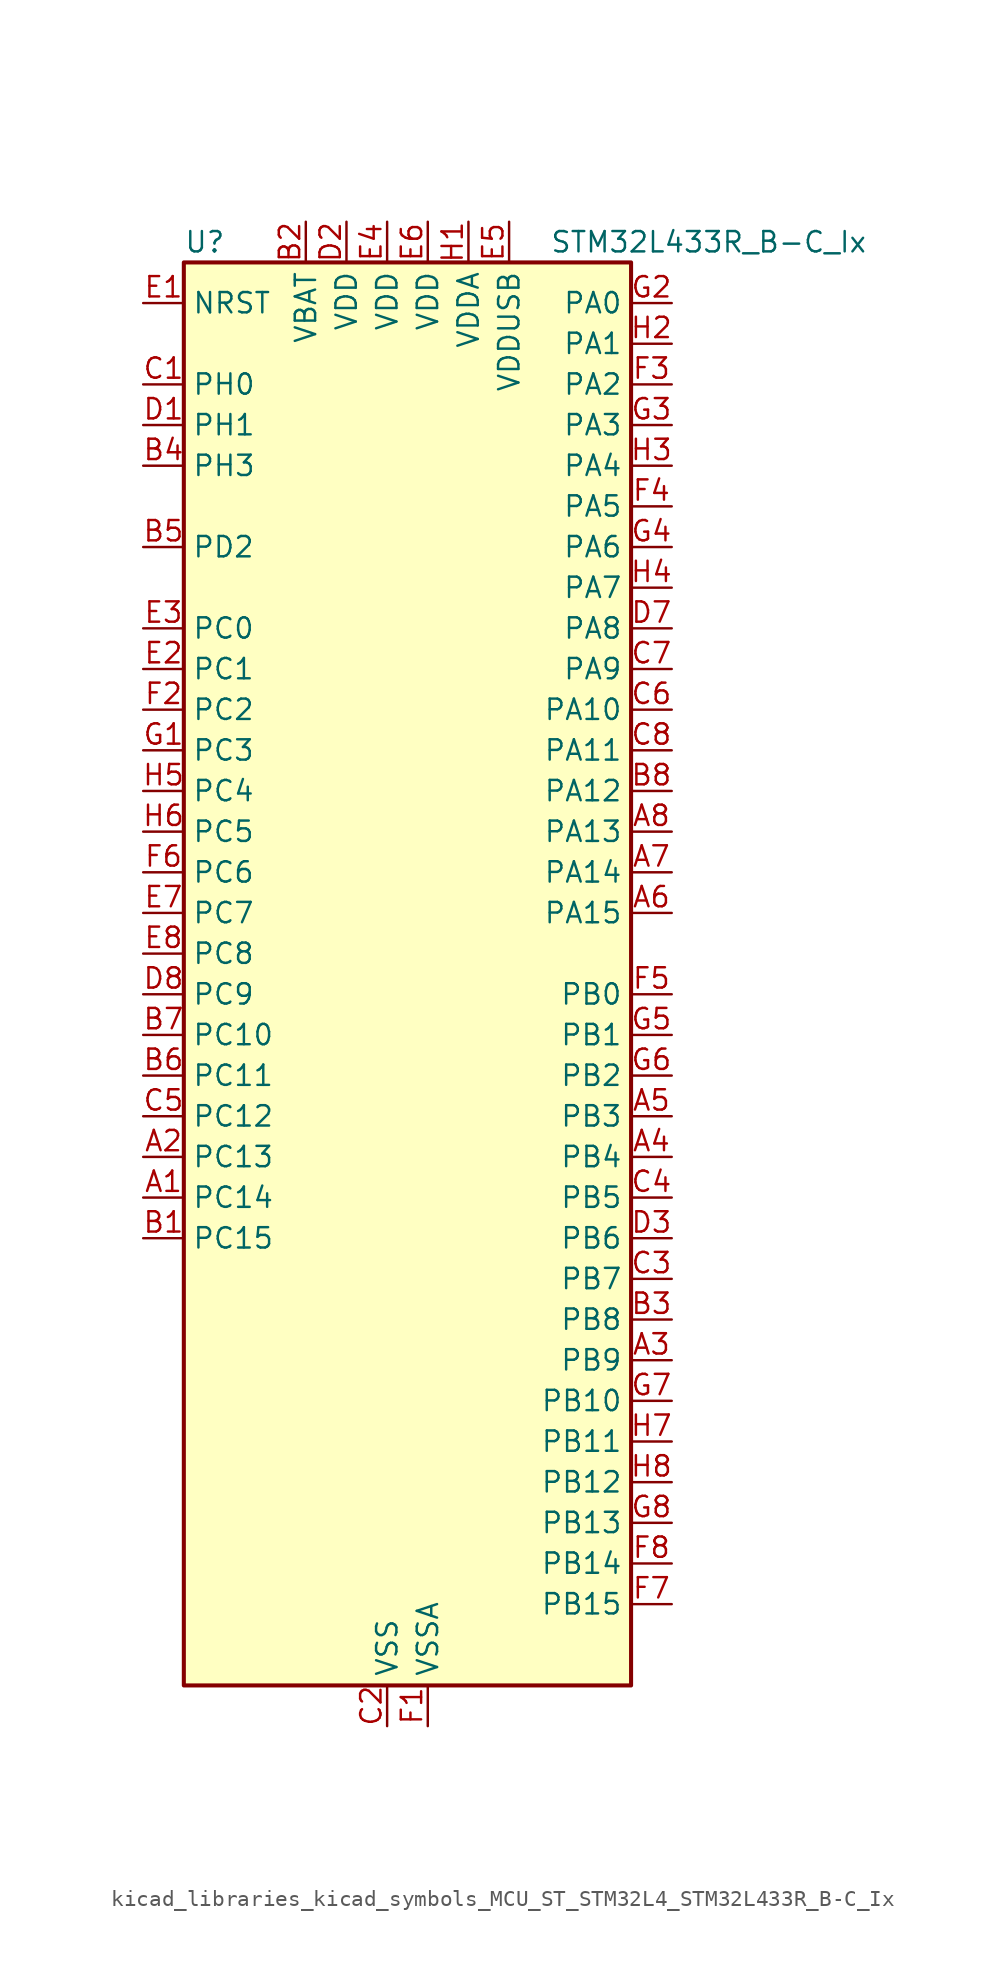
<source format=kicad_sym>
(kicad_symbol_lib
  (version 20220914)
  (generator kicad_symbol_editor)
  (symbol "kicad_libraries_kicad_symbols_MCU_ST_STM32L4_STM32L433R_B-C_Ix"
    (property "Reference" "U"
      (at -12.7 46.99 0)
      (effects (font (size 1.27 1.27)) (justify left)))
    (property "Value" "STM32L433R_B-C_Ix"
      (at 10.16 46.99 0)
      (effects (font (size 1.27 1.27)) (justify left)))
    (property "ki_locked" ""
      (at 0 0 0)
      (effects (font (size 1.27 1.27))))
    (symbol "kicad_libraries_kicad_symbols_MCU_ST_STM32L4_STM32L433R_B-C_Ix_0_1"
      (rectangle (start -12.7 -43.18) (end 15.24 45.72) (stroke (width 0.254) (type default)) (fill (type background))))
    (symbol "kicad_libraries_kicad_symbols_MCU_ST_STM32L4_STM32L433R_B-C_Ix_1_1"
      (pin bidirectional line (at -15.24 -12.7 0) (length 2.54) (name "PC14" (effects (font (size 1.27 1.27)))) (number "A1" (effects (font (size 1.27 1.27)))) (alternate "RCC_OSC32_IN" bidirectional line))
      (pin bidirectional line (at -15.24 -10.16 0) (length 2.54) (name "PC13" (effects (font (size 1.27 1.27)))) (number "A2" (effects (font (size 1.27 1.27)))) (alternate "RTC_OUT_ALARM" bidirectional line) (alternate "RTC_OUT_CALIB" bidirectional line) (alternate "RTC_TAMP1" bidirectional line) (alternate "RTC_TS" bidirectional line) (alternate "SYS_WKUP2" bidirectional line))
      (pin bidirectional line (at 17.78 -22.86 180) (length 2.54) (name "PB9" (effects (font (size 1.27 1.27)))) (number "A3" (effects (font (size 1.27 1.27)))) (alternate "CAN1_TX" bidirectional line) (alternate "DAC1_EXTI9" bidirectional line) (alternate "I2C1_SDA" bidirectional line) (alternate "IR_OUT" bidirectional line) (alternate "LCD_COM3" bidirectional line) (alternate "SAI1_FS_A" bidirectional line) (alternate "SDMMC1_D5" bidirectional line) (alternate "SPI2_NSS" bidirectional line))
      (pin bidirectional line (at 17.78 -10.16 180) (length 2.54) (name "PB4" (effects (font (size 1.27 1.27)))) (number "A4" (effects (font (size 1.27 1.27)))) (alternate "COMP2_INP" bidirectional line) (alternate "I2C3_SDA" bidirectional line) (alternate "LCD_SEG8" bidirectional line) (alternate "SAI1_MCLK_B" bidirectional line) (alternate "SPI1_MISO" bidirectional line) (alternate "SPI3_MISO" bidirectional line) (alternate "SYS_JTRST" bidirectional line) (alternate "TSC_G2_IO1" bidirectional line) (alternate "USART1_CTS" bidirectional line))
      (pin bidirectional line (at 17.78 -7.62 180) (length 2.54) (name "PB3" (effects (font (size 1.27 1.27)))) (number "A5" (effects (font (size 1.27 1.27)))) (alternate "COMP2_INM" bidirectional line) (alternate "LCD_SEG7" bidirectional line) (alternate "SAI1_SCK_B" bidirectional line) (alternate "SPI1_SCK" bidirectional line) (alternate "SPI3_SCK" bidirectional line) (alternate "SYS_JTDO-SWO" bidirectional line) (alternate "TIM2_CH2" bidirectional line) (alternate "USART1_DE" bidirectional line) (alternate "USART1_RTS" bidirectional line))
      (pin bidirectional line (at 17.78 5.08 180) (length 2.54) (name "PA15" (effects (font (size 1.27 1.27)))) (number "A6" (effects (font (size 1.27 1.27)))) (alternate "ADC1_EXTI15" bidirectional line) (alternate "LCD_SEG17" bidirectional line) (alternate "SPI1_NSS" bidirectional line) (alternate "SPI3_NSS" bidirectional line) (alternate "SWPMI1_SUSPEND" bidirectional line) (alternate "SYS_JTDI" bidirectional line) (alternate "TIM2_CH1" bidirectional line) (alternate "TIM2_ETR" bidirectional line) (alternate "TSC_G3_IO1" bidirectional line) (alternate "USART2_RX" bidirectional line) (alternate "USART3_DE" bidirectional line) (alternate "USART3_RTS" bidirectional line))
      (pin bidirectional line (at 17.78 7.62 180) (length 2.54) (name "PA14" (effects (font (size 1.27 1.27)))) (number "A7" (effects (font (size 1.27 1.27)))) (alternate "I2C1_SMBA" bidirectional line) (alternate "LPTIM1_OUT" bidirectional line) (alternate "SAI1_FS_B" bidirectional line) (alternate "SWPMI1_RX" bidirectional line) (alternate "SYS_JTCK-SWCLK" bidirectional line))
      (pin bidirectional line (at 17.78 10.16 180) (length 2.54) (name "PA13" (effects (font (size 1.27 1.27)))) (number "A8" (effects (font (size 1.27 1.27)))) (alternate "IR_OUT" bidirectional line) (alternate "SAI1_SD_B" bidirectional line) (alternate "SWPMI1_TX" bidirectional line) (alternate "SYS_JTMS-SWDIO" bidirectional line) (alternate "USB_NOE" bidirectional line))
      (pin bidirectional line (at -15.24 -15.24 0) (length 2.54) (name "PC15" (effects (font (size 1.27 1.27)))) (number "B1" (effects (font (size 1.27 1.27)))) (alternate "ADC1_EXTI15" bidirectional line) (alternate "RCC_OSC32_OUT" bidirectional line))
      (pin power_in line (at -5.08 48.26 270) (length 2.54) (name "VBAT" (effects (font (size 1.27 1.27)))) (number "B2" (effects (font (size 1.27 1.27)))))
      (pin bidirectional line (at 17.78 -20.32 180) (length 2.54) (name "PB8" (effects (font (size 1.27 1.27)))) (number "B3" (effects (font (size 1.27 1.27)))) (alternate "CAN1_RX" bidirectional line) (alternate "I2C1_SCL" bidirectional line) (alternate "LCD_SEG16" bidirectional line) (alternate "SAI1_MCLK_A" bidirectional line) (alternate "SDMMC1_D4" bidirectional line) (alternate "TIM16_CH1" bidirectional line))
      (pin bidirectional line (at -15.24 33.02 0) (length 2.54) (name "PH3" (effects (font (size 1.27 1.27)))) (number "B4" (effects (font (size 1.27 1.27)))))
      (pin bidirectional line (at -15.24 27.94 0) (length 2.54) (name "PD2" (effects (font (size 1.27 1.27)))) (number "B5" (effects (font (size 1.27 1.27)))) (alternate "LCD_COM7" bidirectional line) (alternate "LCD_SEG31" bidirectional line) (alternate "LCD_SEG43" bidirectional line) (alternate "SDMMC1_CMD" bidirectional line) (alternate "TSC_SYNC" bidirectional line) (alternate "USART3_DE" bidirectional line) (alternate "USART3_RTS" bidirectional line))
      (pin bidirectional line (at -15.24 -5.08 0) (length 2.54) (name "PC11" (effects (font (size 1.27 1.27)))) (number "B6" (effects (font (size 1.27 1.27)))) (alternate "ADC1_EXTI11" bidirectional line) (alternate "LCD_COM5" bidirectional line) (alternate "LCD_SEG29" bidirectional line) (alternate "LCD_SEG41" bidirectional line) (alternate "SDMMC1_D3" bidirectional line) (alternate "SPI3_MISO" bidirectional line) (alternate "TSC_G3_IO3" bidirectional line) (alternate "USART3_RX" bidirectional line))
      (pin bidirectional line (at -15.24 -2.54 0) (length 2.54) (name "PC10" (effects (font (size 1.27 1.27)))) (number "B7" (effects (font (size 1.27 1.27)))) (alternate "LCD_COM4" bidirectional line) (alternate "LCD_SEG28" bidirectional line) (alternate "LCD_SEG40" bidirectional line) (alternate "SDMMC1_D2" bidirectional line) (alternate "SPI3_SCK" bidirectional line) (alternate "TSC_G3_IO2" bidirectional line) (alternate "USART3_TX" bidirectional line))
      (pin bidirectional line (at 17.78 12.7 180) (length 2.54) (name "PA12" (effects (font (size 1.27 1.27)))) (number "B8" (effects (font (size 1.27 1.27)))) (alternate "CAN1_TX" bidirectional line) (alternate "SPI1_MOSI" bidirectional line) (alternate "TIM1_ETR" bidirectional line) (alternate "USART1_DE" bidirectional line) (alternate "USART1_RTS" bidirectional line) (alternate "USB_DP" bidirectional line))
      (pin bidirectional line (at -15.24 38.1 0) (length 2.54) (name "PH0" (effects (font (size 1.27 1.27)))) (number "C1" (effects (font (size 1.27 1.27)))) (alternate "RCC_OSC_IN" bidirectional line))
      (pin power_in line (at 0 -45.72 90) (length 2.54) (name "VSS" (effects (font (size 1.27 1.27)))) (number "C2" (effects (font (size 1.27 1.27)))))
      (pin bidirectional line (at 17.78 -17.78 180) (length 2.54) (name "PB7" (effects (font (size 1.27 1.27)))) (number "C3" (effects (font (size 1.27 1.27)))) (alternate "COMP2_INM" bidirectional line) (alternate "I2C1_SDA" bidirectional line) (alternate "LCD_SEG21" bidirectional line) (alternate "LPTIM1_IN2" bidirectional line) (alternate "SYS_PVD_IN" bidirectional line) (alternate "TSC_G2_IO4" bidirectional line) (alternate "USART1_RX" bidirectional line))
      (pin bidirectional line (at 17.78 -12.7 180) (length 2.54) (name "PB5" (effects (font (size 1.27 1.27)))) (number "C4" (effects (font (size 1.27 1.27)))) (alternate "COMP2_OUT" bidirectional line) (alternate "I2C1_SMBA" bidirectional line) (alternate "LCD_SEG9" bidirectional line) (alternate "LPTIM1_IN1" bidirectional line) (alternate "SAI1_SD_B" bidirectional line) (alternate "SPI1_MOSI" bidirectional line) (alternate "SPI3_MOSI" bidirectional line) (alternate "TIM16_BKIN" bidirectional line) (alternate "TSC_G2_IO2" bidirectional line) (alternate "USART1_CK" bidirectional line))
      (pin bidirectional line (at -15.24 -7.62 0) (length 2.54) (name "PC12" (effects (font (size 1.27 1.27)))) (number "C5" (effects (font (size 1.27 1.27)))) (alternate "LCD_COM6" bidirectional line) (alternate "LCD_SEG30" bidirectional line) (alternate "LCD_SEG42" bidirectional line) (alternate "SDMMC1_CK" bidirectional line) (alternate "SPI3_MOSI" bidirectional line) (alternate "TSC_G3_IO4" bidirectional line) (alternate "USART3_CK" bidirectional line))
      (pin bidirectional line (at 17.78 17.78 180) (length 2.54) (name "PA10" (effects (font (size 1.27 1.27)))) (number "C6" (effects (font (size 1.27 1.27)))) (alternate "CRS_SYNC" bidirectional line) (alternate "I2C1_SDA" bidirectional line) (alternate "LCD_COM2" bidirectional line) (alternate "SAI1_SD_A" bidirectional line) (alternate "TIM1_CH3" bidirectional line) (alternate "USART1_RX" bidirectional line))
      (pin bidirectional line (at 17.78 20.32 180) (length 2.54) (name "PA9" (effects (font (size 1.27 1.27)))) (number "C7" (effects (font (size 1.27 1.27)))) (alternate "DAC1_EXTI9" bidirectional line) (alternate "I2C1_SCL" bidirectional line) (alternate "LCD_COM1" bidirectional line) (alternate "SAI1_FS_A" bidirectional line) (alternate "TIM15_BKIN" bidirectional line) (alternate "TIM1_CH2" bidirectional line) (alternate "USART1_TX" bidirectional line))
      (pin bidirectional line (at 17.78 15.24 180) (length 2.54) (name "PA11" (effects (font (size 1.27 1.27)))) (number "C8" (effects (font (size 1.27 1.27)))) (alternate "ADC1_EXTI11" bidirectional line) (alternate "CAN1_RX" bidirectional line) (alternate "COMP1_OUT" bidirectional line) (alternate "SPI1_MISO" bidirectional line) (alternate "TIM1_BKIN2" bidirectional line) (alternate "TIM1_BKIN2_COMP1" bidirectional line) (alternate "TIM1_CH4" bidirectional line) (alternate "USART1_CTS" bidirectional line) (alternate "USB_DM" bidirectional line))
      (pin bidirectional line (at -15.24 35.56 0) (length 2.54) (name "PH1" (effects (font (size 1.27 1.27)))) (number "D1" (effects (font (size 1.27 1.27)))) (alternate "RCC_OSC_OUT" bidirectional line))
      (pin power_in line (at -2.54 48.26 270) (length 2.54) (name "VDD" (effects (font (size 1.27 1.27)))) (number "D2" (effects (font (size 1.27 1.27)))))
      (pin bidirectional line (at 17.78 -15.24 180) (length 2.54) (name "PB6" (effects (font (size 1.27 1.27)))) (number "D3" (effects (font (size 1.27 1.27)))) (alternate "COMP2_INP" bidirectional line) (alternate "I2C1_SCL" bidirectional line) (alternate "LPTIM1_ETR" bidirectional line) (alternate "SAI1_FS_B" bidirectional line) (alternate "TIM16_CH1N" bidirectional line) (alternate "TSC_G2_IO3" bidirectional line) (alternate "USART1_TX" bidirectional line))
      (pin passive line (at 0 -45.72 90) (length 2.54) hide (name "VSS" (effects (font (size 1.27 1.27)))) (number "D4" (effects (font (size 1.27 1.27)))))
      (pin passive line (at 0 -45.72 90) (length 2.54) hide (name "VSS" (effects (font (size 1.27 1.27)))) (number "D5" (effects (font (size 1.27 1.27)))))
      (pin passive line (at 0 -45.72 90) (length 2.54) hide (name "VSS" (effects (font (size 1.27 1.27)))) (number "D6" (effects (font (size 1.27 1.27)))))
      (pin bidirectional line (at 17.78 22.86 180) (length 2.54) (name "PA8" (effects (font (size 1.27 1.27)))) (number "D7" (effects (font (size 1.27 1.27)))) (alternate "LCD_COM0" bidirectional line) (alternate "LPTIM2_OUT" bidirectional line) (alternate "RCC_MCO" bidirectional line) (alternate "SAI1_SCK_A" bidirectional line) (alternate "SWPMI1_IO" bidirectional line) (alternate "TIM1_CH1" bidirectional line) (alternate "USART1_CK" bidirectional line))
      (pin bidirectional line (at -15.24 0 0) (length 2.54) (name "PC9" (effects (font (size 1.27 1.27)))) (number "D8" (effects (font (size 1.27 1.27)))) (alternate "DAC1_EXTI9" bidirectional line) (alternate "LCD_SEG27" bidirectional line) (alternate "SDMMC1_D1" bidirectional line) (alternate "TSC_G4_IO4" bidirectional line) (alternate "USB_NOE" bidirectional line))
      (pin input line (at -15.24 43.18 0) (length 2.54) (name "NRST" (effects (font (size 1.27 1.27)))) (number "E1" (effects (font (size 1.27 1.27)))))
      (pin bidirectional line (at -15.24 20.32 0) (length 2.54) (name "PC1" (effects (font (size 1.27 1.27)))) (number "E2" (effects (font (size 1.27 1.27)))) (alternate "ADC1_IN2" bidirectional line) (alternate "I2C3_SDA" bidirectional line) (alternate "LCD_SEG19" bidirectional line) (alternate "LPTIM1_OUT" bidirectional line) (alternate "LPUART1_TX" bidirectional line))
      (pin bidirectional line (at -15.24 22.86 0) (length 2.54) (name "PC0" (effects (font (size 1.27 1.27)))) (number "E3" (effects (font (size 1.27 1.27)))) (alternate "ADC1_IN1" bidirectional line) (alternate "I2C3_SCL" bidirectional line) (alternate "LCD_SEG18" bidirectional line) (alternate "LPTIM1_IN1" bidirectional line) (alternate "LPTIM2_IN1" bidirectional line) (alternate "LPUART1_RX" bidirectional line))
      (pin power_in line (at 0 48.26 270) (length 2.54) (name "VDD" (effects (font (size 1.27 1.27)))) (number "E4" (effects (font (size 1.27 1.27)))))
      (pin power_in line (at 7.62 48.26 270) (length 2.54) (name "VDDUSB" (effects (font (size 1.27 1.27)))) (number "E5" (effects (font (size 1.27 1.27)))))
      (pin power_in line (at 2.54 48.26 270) (length 2.54) (name "VDD" (effects (font (size 1.27 1.27)))) (number "E6" (effects (font (size 1.27 1.27)))))
      (pin bidirectional line (at -15.24 5.08 0) (length 2.54) (name "PC7" (effects (font (size 1.27 1.27)))) (number "E7" (effects (font (size 1.27 1.27)))) (alternate "LCD_SEG25" bidirectional line) (alternate "SDMMC1_D7" bidirectional line) (alternate "TSC_G4_IO2" bidirectional line))
      (pin bidirectional line (at -15.24 2.54 0) (length 2.54) (name "PC8" (effects (font (size 1.27 1.27)))) (number "E8" (effects (font (size 1.27 1.27)))) (alternate "LCD_SEG26" bidirectional line) (alternate "SDMMC1_D0" bidirectional line) (alternate "TSC_G4_IO3" bidirectional line))
      (pin power_in line (at 2.54 -45.72 90) (length 2.54) (name "VSSA" (effects (font (size 1.27 1.27)))) (number "F1" (effects (font (size 1.27 1.27)))))
      (pin bidirectional line (at -15.24 17.78 0) (length 2.54) (name "PC2" (effects (font (size 1.27 1.27)))) (number "F2" (effects (font (size 1.27 1.27)))) (alternate "ADC1_IN3" bidirectional line) (alternate "LCD_SEG20" bidirectional line) (alternate "LPTIM1_IN2" bidirectional line) (alternate "SPI2_MISO" bidirectional line))
      (pin bidirectional line (at 17.78 38.1 180) (length 2.54) (name "PA2" (effects (font (size 1.27 1.27)))) (number "F3" (effects (font (size 1.27 1.27)))) (alternate "ADC1_IN7" bidirectional line) (alternate "COMP2_INM" bidirectional line) (alternate "COMP2_OUT" bidirectional line) (alternate "LCD_SEG1" bidirectional line) (alternate "LPUART1_TX" bidirectional line) (alternate "QUADSPI_BK1_NCS" bidirectional line) (alternate "RCC_LSCO" bidirectional line) (alternate "SYS_WKUP4" bidirectional line) (alternate "TIM15_CH1" bidirectional line) (alternate "TIM2_CH3" bidirectional line) (alternate "USART2_TX" bidirectional line))
      (pin bidirectional line (at 17.78 30.48 180) (length 2.54) (name "PA5" (effects (font (size 1.27 1.27)))) (number "F4" (effects (font (size 1.27 1.27)))) (alternate "ADC1_IN10" bidirectional line) (alternate "COMP1_INM" bidirectional line) (alternate "COMP2_INM" bidirectional line) (alternate "DAC1_OUT2" bidirectional line) (alternate "LPTIM2_ETR" bidirectional line) (alternate "SPI1_SCK" bidirectional line) (alternate "TIM2_CH1" bidirectional line) (alternate "TIM2_ETR" bidirectional line))
      (pin bidirectional line (at 17.78 0 180) (length 2.54) (name "PB0" (effects (font (size 1.27 1.27)))) (number "F5" (effects (font (size 1.27 1.27)))) (alternate "ADC1_IN15" bidirectional line) (alternate "COMP1_OUT" bidirectional line) (alternate "LCD_SEG5" bidirectional line) (alternate "QUADSPI_BK1_IO1" bidirectional line) (alternate "SAI1_EXTCLK" bidirectional line) (alternate "SPI1_NSS" bidirectional line) (alternate "TIM1_CH2N" bidirectional line) (alternate "USART3_CK" bidirectional line))
      (pin bidirectional line (at -15.24 7.62 0) (length 2.54) (name "PC6" (effects (font (size 1.27 1.27)))) (number "F6" (effects (font (size 1.27 1.27)))) (alternate "LCD_SEG24" bidirectional line) (alternate "SDMMC1_D6" bidirectional line) (alternate "TSC_G4_IO1" bidirectional line))
      (pin bidirectional line (at 17.78 -38.1 180) (length 2.54) (name "PB15" (effects (font (size 1.27 1.27)))) (number "F7" (effects (font (size 1.27 1.27)))) (alternate "ADC1_EXTI15" bidirectional line) (alternate "LCD_SEG15" bidirectional line) (alternate "RTC_REFIN" bidirectional line) (alternate "SAI1_SD_A" bidirectional line) (alternate "SPI2_MOSI" bidirectional line) (alternate "SWPMI1_SUSPEND" bidirectional line) (alternate "TIM15_CH2" bidirectional line) (alternate "TIM1_CH3N" bidirectional line) (alternate "TSC_G1_IO4" bidirectional line))
      (pin bidirectional line (at 17.78 -35.56 180) (length 2.54) (name "PB14" (effects (font (size 1.27 1.27)))) (number "F8" (effects (font (size 1.27 1.27)))) (alternate "I2C2_SDA" bidirectional line) (alternate "LCD_SEG14" bidirectional line) (alternate "SAI1_MCLK_A" bidirectional line) (alternate "SPI2_MISO" bidirectional line) (alternate "SWPMI1_RX" bidirectional line) (alternate "TIM15_CH1" bidirectional line) (alternate "TIM1_CH2N" bidirectional line) (alternate "TSC_G1_IO3" bidirectional line) (alternate "USART3_DE" bidirectional line) (alternate "USART3_RTS" bidirectional line))
      (pin bidirectional line (at -15.24 15.24 0) (length 2.54) (name "PC3" (effects (font (size 1.27 1.27)))) (number "G1" (effects (font (size 1.27 1.27)))) (alternate "ADC1_IN4" bidirectional line) (alternate "LCD_VLCD" bidirectional line) (alternate "LPTIM1_ETR" bidirectional line) (alternate "LPTIM2_ETR" bidirectional line) (alternate "SAI1_SD_A" bidirectional line) (alternate "SPI2_MOSI" bidirectional line))
      (pin bidirectional line (at 17.78 43.18 180) (length 2.54) (name "PA0" (effects (font (size 1.27 1.27)))) (number "G2" (effects (font (size 1.27 1.27)))) (alternate "ADC1_IN5" bidirectional line) (alternate "COMP1_INM" bidirectional line) (alternate "COMP1_OUT" bidirectional line) (alternate "OPAMP1_VINP" bidirectional line) (alternate "RTC_TAMP2" bidirectional line) (alternate "SAI1_EXTCLK" bidirectional line) (alternate "SYS_WKUP1" bidirectional line) (alternate "TIM2_CH1" bidirectional line) (alternate "TIM2_ETR" bidirectional line) (alternate "USART2_CTS" bidirectional line))
      (pin bidirectional line (at 17.78 35.56 180) (length 2.54) (name "PA3" (effects (font (size 1.27 1.27)))) (number "G3" (effects (font (size 1.27 1.27)))) (alternate "ADC1_IN8" bidirectional line) (alternate "COMP2_INP" bidirectional line) (alternate "LCD_SEG2" bidirectional line) (alternate "LPUART1_RX" bidirectional line) (alternate "OPAMP1_VOUT" bidirectional line) (alternate "QUADSPI_CLK" bidirectional line) (alternate "SAI1_MCLK_A" bidirectional line) (alternate "TIM15_CH2" bidirectional line) (alternate "TIM2_CH4" bidirectional line) (alternate "USART2_RX" bidirectional line))
      (pin bidirectional line (at 17.78 27.94 180) (length 2.54) (name "PA6" (effects (font (size 1.27 1.27)))) (number "G4" (effects (font (size 1.27 1.27)))) (alternate "ADC1_IN11" bidirectional line) (alternate "COMP1_OUT" bidirectional line) (alternate "LCD_SEG3" bidirectional line) (alternate "LPUART1_CTS" bidirectional line) (alternate "QUADSPI_BK1_IO3" bidirectional line) (alternate "SPI1_MISO" bidirectional line) (alternate "TIM16_CH1" bidirectional line) (alternate "TIM1_BKIN" bidirectional line) (alternate "TIM1_BKIN_COMP2" bidirectional line) (alternate "USART3_CTS" bidirectional line))
      (pin bidirectional line (at 17.78 -2.54 180) (length 2.54) (name "PB1" (effects (font (size 1.27 1.27)))) (number "G5" (effects (font (size 1.27 1.27)))) (alternate "ADC1_IN16" bidirectional line) (alternate "COMP1_INM" bidirectional line) (alternate "LCD_SEG6" bidirectional line) (alternate "LPTIM2_IN1" bidirectional line) (alternate "LPUART1_DE" bidirectional line) (alternate "LPUART1_RTS" bidirectional line) (alternate "QUADSPI_BK1_IO0" bidirectional line) (alternate "TIM1_CH3N" bidirectional line) (alternate "USART3_DE" bidirectional line) (alternate "USART3_RTS" bidirectional line))
      (pin bidirectional line (at 17.78 -5.08 180) (length 2.54) (name "PB2" (effects (font (size 1.27 1.27)))) (number "G6" (effects (font (size 1.27 1.27)))) (alternate "COMP1_INP" bidirectional line) (alternate "I2C3_SMBA" bidirectional line) (alternate "LCD_VLCD" bidirectional line) (alternate "LPTIM1_OUT" bidirectional line) (alternate "RTC_OUT_ALARM" bidirectional line) (alternate "RTC_OUT_CALIB" bidirectional line))
      (pin bidirectional line (at 17.78 -25.4 180) (length 2.54) (name "PB10" (effects (font (size 1.27 1.27)))) (number "G7" (effects (font (size 1.27 1.27)))) (alternate "COMP1_OUT" bidirectional line) (alternate "I2C2_SCL" bidirectional line) (alternate "LCD_SEG10" bidirectional line) (alternate "LPUART1_RX" bidirectional line) (alternate "QUADSPI_CLK" bidirectional line) (alternate "SAI1_SCK_A" bidirectional line) (alternate "SPI2_SCK" bidirectional line) (alternate "TIM2_CH3" bidirectional line) (alternate "TSC_SYNC" bidirectional line) (alternate "USART3_TX" bidirectional line))
      (pin bidirectional line (at 17.78 -33.02 180) (length 2.54) (name "PB13" (effects (font (size 1.27 1.27)))) (number "G8" (effects (font (size 1.27 1.27)))) (alternate "I2C2_SCL" bidirectional line) (alternate "LCD_SEG13" bidirectional line) (alternate "LPUART1_CTS" bidirectional line) (alternate "SAI1_SCK_A" bidirectional line) (alternate "SPI2_SCK" bidirectional line) (alternate "SWPMI1_TX" bidirectional line) (alternate "TIM15_CH1N" bidirectional line) (alternate "TIM1_CH1N" bidirectional line) (alternate "TSC_G1_IO2" bidirectional line) (alternate "USART3_CTS" bidirectional line))
      (pin power_in line (at 5.08 48.26 270) (length 2.54) (name "VDDA" (effects (font (size 1.27 1.27)))) (number "H1" (effects (font (size 1.27 1.27)))))
      (pin bidirectional line (at 17.78 40.64 180) (length 2.54) (name "PA1" (effects (font (size 1.27 1.27)))) (number "H2" (effects (font (size 1.27 1.27)))) (alternate "ADC1_IN6" bidirectional line) (alternate "COMP1_INP" bidirectional line) (alternate "I2C1_SMBA" bidirectional line) (alternate "LCD_SEG0" bidirectional line) (alternate "OPAMP1_VINM" bidirectional line) (alternate "SPI1_SCK" bidirectional line) (alternate "TIM15_CH1N" bidirectional line) (alternate "TIM2_CH2" bidirectional line) (alternate "USART2_DE" bidirectional line) (alternate "USART2_RTS" bidirectional line))
      (pin bidirectional line (at 17.78 33.02 180) (length 2.54) (name "PA4" (effects (font (size 1.27 1.27)))) (number "H3" (effects (font (size 1.27 1.27)))) (alternate "ADC1_IN9" bidirectional line) (alternate "COMP1_INM" bidirectional line) (alternate "COMP2_INM" bidirectional line) (alternate "DAC1_OUT1" bidirectional line) (alternate "LPTIM2_OUT" bidirectional line) (alternate "SAI1_FS_B" bidirectional line) (alternate "SPI1_NSS" bidirectional line) (alternate "SPI3_NSS" bidirectional line) (alternate "USART2_CK" bidirectional line))
      (pin bidirectional line (at 17.78 25.4 180) (length 2.54) (name "PA7" (effects (font (size 1.27 1.27)))) (number "H4" (effects (font (size 1.27 1.27)))) (alternate "ADC1_IN12" bidirectional line) (alternate "COMP2_OUT" bidirectional line) (alternate "I2C3_SCL" bidirectional line) (alternate "LCD_SEG4" bidirectional line) (alternate "QUADSPI_BK1_IO2" bidirectional line) (alternate "SPI1_MOSI" bidirectional line) (alternate "TIM1_CH1N" bidirectional line))
      (pin bidirectional line (at -15.24 12.7 0) (length 2.54) (name "PC4" (effects (font (size 1.27 1.27)))) (number "H5" (effects (font (size 1.27 1.27)))) (alternate "ADC1_IN13" bidirectional line) (alternate "COMP1_INM" bidirectional line) (alternate "LCD_SEG22" bidirectional line) (alternate "USART3_TX" bidirectional line))
      (pin bidirectional line (at -15.24 10.16 0) (length 2.54) (name "PC5" (effects (font (size 1.27 1.27)))) (number "H6" (effects (font (size 1.27 1.27)))) (alternate "ADC1_IN14" bidirectional line) (alternate "COMP1_INP" bidirectional line) (alternate "LCD_SEG23" bidirectional line) (alternate "SYS_WKUP5" bidirectional line) (alternate "USART3_RX" bidirectional line))
      (pin bidirectional line (at 17.78 -27.94 180) (length 2.54) (name "PB11" (effects (font (size 1.27 1.27)))) (number "H7" (effects (font (size 1.27 1.27)))) (alternate "ADC1_EXTI11" bidirectional line) (alternate "COMP2_OUT" bidirectional line) (alternate "I2C2_SDA" bidirectional line) (alternate "LCD_SEG11" bidirectional line) (alternate "LPUART1_TX" bidirectional line) (alternate "QUADSPI_BK1_NCS" bidirectional line) (alternate "TIM2_CH4" bidirectional line) (alternate "USART3_RX" bidirectional line))
      (pin bidirectional line (at 17.78 -30.48 180) (length 2.54) (name "PB12" (effects (font (size 1.27 1.27)))) (number "H8" (effects (font (size 1.27 1.27)))) (alternate "I2C2_SMBA" bidirectional line) (alternate "LCD_SEG12" bidirectional line) (alternate "LPUART1_DE" bidirectional line) (alternate "LPUART1_RTS" bidirectional line) (alternate "SAI1_FS_A" bidirectional line) (alternate "SPI2_NSS" bidirectional line) (alternate "SWPMI1_IO" bidirectional line) (alternate "TIM15_BKIN" bidirectional line) (alternate "TIM1_BKIN" bidirectional line) (alternate "TIM1_BKIN_COMP2" bidirectional line) (alternate "TSC_G1_IO1" bidirectional line) (alternate "USART3_CK" bidirectional line)))))
</source>
